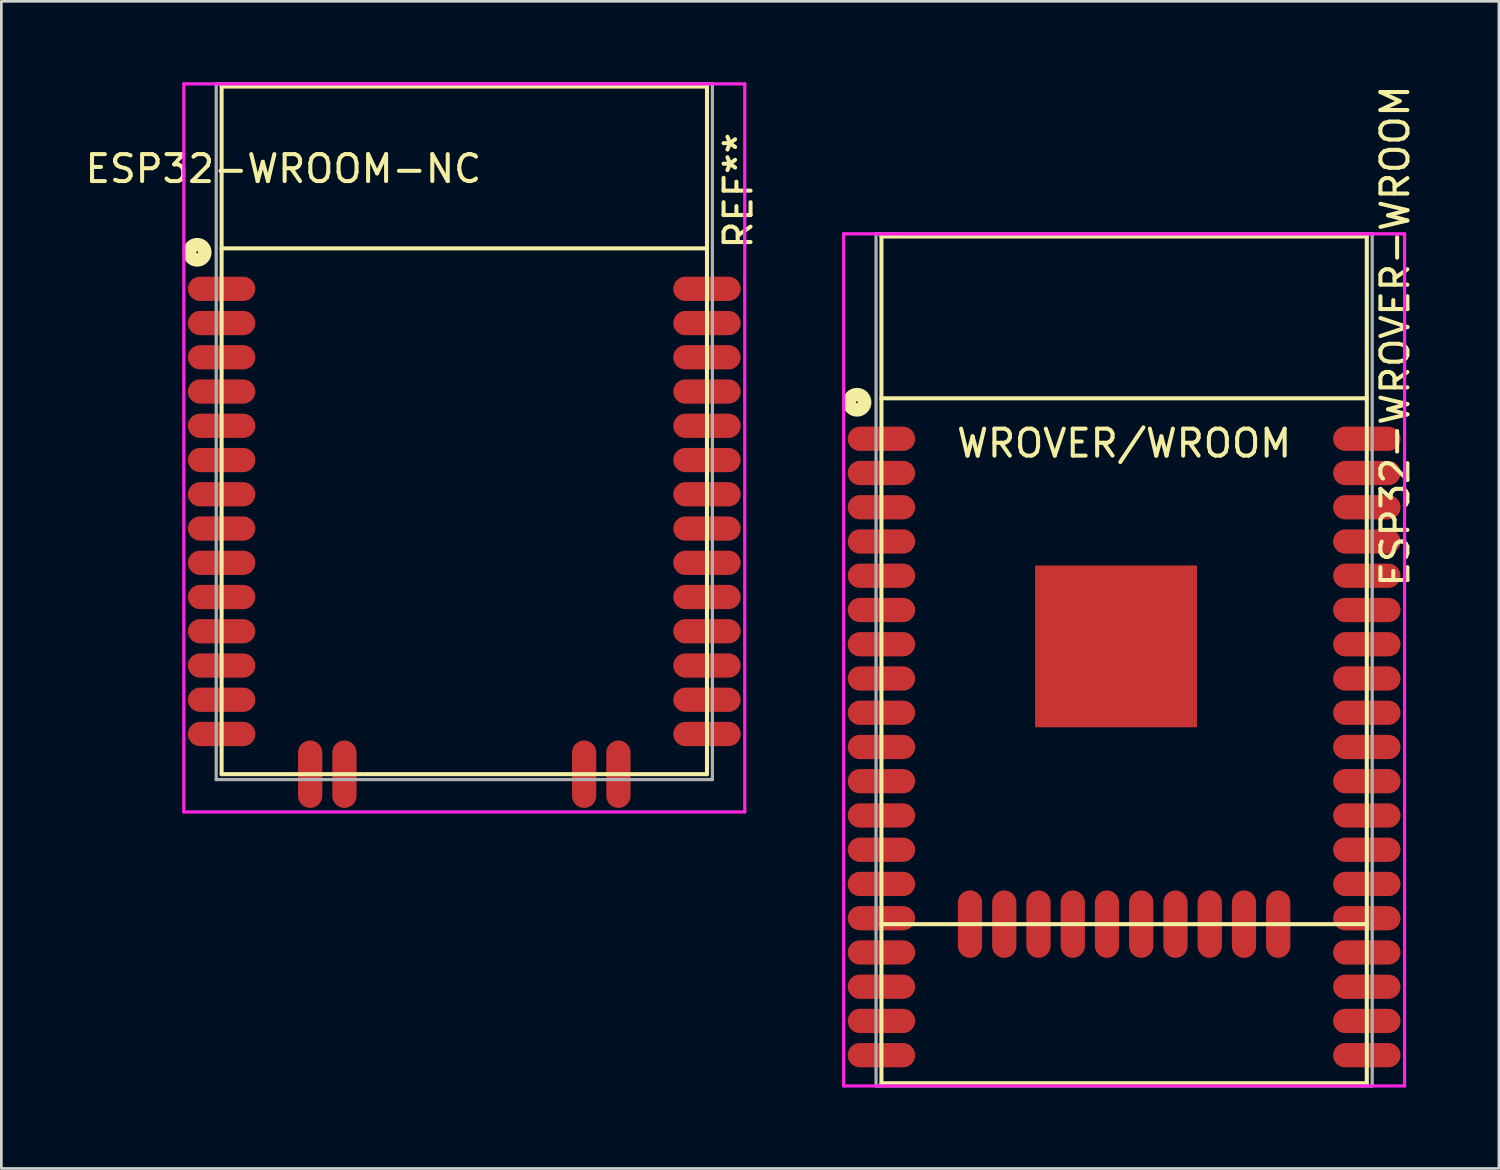
<source format=kicad_pcb>
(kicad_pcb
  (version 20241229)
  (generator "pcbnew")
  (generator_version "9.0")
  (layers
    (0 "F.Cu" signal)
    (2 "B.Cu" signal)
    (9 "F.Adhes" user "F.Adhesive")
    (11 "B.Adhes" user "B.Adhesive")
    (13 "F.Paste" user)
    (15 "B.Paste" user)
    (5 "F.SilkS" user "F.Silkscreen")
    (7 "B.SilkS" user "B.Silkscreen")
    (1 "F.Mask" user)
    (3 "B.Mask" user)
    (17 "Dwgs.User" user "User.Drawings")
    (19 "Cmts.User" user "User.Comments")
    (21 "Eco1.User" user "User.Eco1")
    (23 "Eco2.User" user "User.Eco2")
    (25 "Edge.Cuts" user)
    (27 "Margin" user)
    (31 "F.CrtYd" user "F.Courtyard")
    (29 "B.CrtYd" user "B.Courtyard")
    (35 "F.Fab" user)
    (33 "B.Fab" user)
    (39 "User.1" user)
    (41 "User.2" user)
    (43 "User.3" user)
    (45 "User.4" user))
  (footprint "ESP32-WROOM-NC"
    (layer "F.Cu")
    (at 5.058 7.81)
    (property "Reference" "ESP32-WROOM-NC" (at 2.4 -4.6 0) (layer "F.SilkS") (effects (font (size 1 1) (thickness 0.15))))
    (attr smd)
    (fp_line (start 0.11 -7.65) (end 0.11 17.85) (stroke (width 0.15) (type solid)) (layer "F.SilkS"))
    (fp_line (start 18.11 -7.65) (end 0.11 -7.65) (stroke (width 0.15) (type solid)) (layer "F.SilkS"))
    (fp_line (start 18.11 -7.65) (end 18.11 17.85) (stroke (width 0.15) (type solid)) (layer "F.SilkS"))
    (fp_line (start 18.11 -1.65) (end 0.11 -1.65) (stroke (width 0.15) (type solid)) (layer "F.SilkS"))
    (fp_line (start 18.11 17.85) (end 0.11 17.85) (stroke (width 0.15) (type solid)) (layer "F.SilkS"))
    (fp_circle (center -0.796 -1.504) (end -0.923 -1.758) (stroke (width 0.5) (type solid)) (fill no) (layer "F.SilkS"))
    (fp_line (start -1.29 -7.75) (end -1.29 19.25) (stroke (width 0.12) (type solid)) (layer "F.CrtYd"))
    (fp_line (start -1.29 19.25) (end 19.51 19.25) (stroke (width 0.12) (type solid)) (layer "F.CrtYd"))
    (fp_line (start 19.51 -7.75) (end -1.29 -7.75) (stroke (width 0.12) (type solid)) (layer "F.CrtYd"))
    (fp_line (start 19.51 19.25) (end 19.51 -7.75) (stroke (width 0.12) (type solid)) (layer "F.CrtYd"))
    (fp_line (start -0.09 -7.75) (end -0.09 18.05) (stroke (width 0.12) (type solid)) (layer "F.Fab"))
    (fp_line (start -0.09 18.05) (end 18.31 18.05) (stroke (width 0.12) (type solid)) (layer "F.Fab"))
    (fp_line (start 18.31 -7.75) (end -0.09 -7.75) (stroke (width 0.12) (type solid)) (layer "F.Fab"))
    (fp_line (start 18.31 18.05) (end 18.31 -7.75) (stroke (width 0.12) (type solid)) (layer "F.Fab"))
    (fp_text user "REF**" (at 19.27 -3.79 90) (layer "F.SilkS") (effects (font (size 1 1) (thickness 0.15))))
    (pad "1" smd oval (at 0.11 -0.15 180) (size 2.5 0.9) (layers "F.Cu" "F.Mask" "F.Paste"))
    (pad "2" smd oval (at 0.11 1.12 180) (size 2.5 0.9) (layers "F.Cu" "F.Mask" "F.Paste"))
    (pad "3" smd oval (at 0.11 2.39 180) (size 2.5 0.9) (layers "F.Cu" "F.Mask" "F.Paste"))
    (pad "4" smd oval (at 0.11 3.66 180) (size 2.5 0.9) (layers "F.Cu" "F.Mask" "F.Paste"))
    (pad "5" smd oval (at 0.11 4.93 180) (size 2.5 0.9) (layers "F.Cu" "F.Mask" "F.Paste"))
    (pad "6" smd oval (at 0.11 6.2 180) (size 2.5 0.9) (layers "F.Cu" "F.Mask" "F.Paste"))
    (pad "7" smd oval (at 0.11 7.47 180) (size 2.5 0.9) (layers "F.Cu" "F.Mask" "F.Paste"))
    (pad "8" smd oval (at 0.11 8.74 180) (size 2.5 0.9) (layers "F.Cu" "F.Mask" "F.Paste"))
    (pad "9" smd oval (at 0.11 10.01 180) (size 2.5 0.9) (layers "F.Cu" "F.Mask" "F.Paste"))
    (pad "10" smd oval (at 0.11 11.28 180) (size 2.5 0.9) (layers "F.Cu" "F.Mask" "F.Paste"))
    (pad "11" smd oval (at 0.11 12.55 180) (size 2.5 0.9) (layers "F.Cu" "F.Mask" "F.Paste"))
    (pad "12" smd oval (at 0.11 13.82 180) (size 2.5 0.9) (layers "F.Cu" "F.Mask" "F.Paste"))
    (pad "13" smd oval (at 0.11 15.09 180) (size 2.5 0.9) (layers "F.Cu" "F.Mask" "F.Paste"))
    (pad "14" smd oval (at 0.11 16.36 180) (size 2.5 0.9) (layers "F.Cu" "F.Mask" "F.Paste"))
    (pad "15" smd oval (at 3.395 17.85 180) (size 0.9 2.5) (layers "F.Cu" "F.Mask" "F.Paste"))
    (pad "16" smd oval (at 4.665 17.85 180) (size 0.9 2.5) (layers "F.Cu" "F.Mask" "F.Paste"))
    (pad "23" smd oval (at 13.555 17.85 180) (size 0.9 2.5) (layers "F.Cu" "F.Mask" "F.Paste"))
    (pad "24" smd oval (at 14.825 17.85 180) (size 0.9 2.5) (layers "F.Cu" "F.Mask" "F.Paste"))
    (pad "25" smd oval (at 18.11 16.36 180) (size 2.5 0.9) (layers "F.Cu" "F.Mask" "F.Paste"))
    (pad "26" smd oval (at 18.11 15.09 180) (size 2.5 0.9) (layers "F.Cu" "F.Mask" "F.Paste"))
    (pad "27" smd oval (at 18.11 13.82 180) (size 2.5 0.9) (layers "F.Cu" "F.Mask" "F.Paste"))
    (pad "28" smd oval (at 18.11 12.55 180) (size 2.5 0.9) (layers "F.Cu" "F.Mask" "F.Paste"))
    (pad "29" smd oval (at 18.11 11.28 180) (size 2.5 0.9) (layers "F.Cu" "F.Mask" "F.Paste"))
    (pad "30" smd oval (at 18.11 10.01 180) (size 2.5 0.9) (layers "F.Cu" "F.Mask" "F.Paste"))
    (pad "31" smd oval (at 18.11 8.74 180) (size 2.5 0.9) (layers "F.Cu" "F.Mask" "F.Paste"))
    (pad "32" smd oval (at 18.11 7.47 180) (size 2.5 0.9) (layers "F.Cu" "F.Mask" "F.Paste"))
    (pad "33" smd oval (at 18.11 6.2 180) (size 2.5 0.9) (layers "F.Cu" "F.Mask" "F.Paste"))
    (pad "34" smd oval (at 18.11 4.93 180) (size 2.5 0.9) (layers "F.Cu" "F.Mask" "F.Paste"))
    (pad "35" smd oval (at 18.11 3.66 180) (size 2.5 0.9) (layers "F.Cu" "F.Mask" "F.Paste"))
    (pad "36" smd oval (at 18.11 2.39 180) (size 2.5 0.9) (layers "F.Cu" "F.Mask" "F.Paste"))
    (pad "37" smd oval (at 18.11 1.12 180) (size 2.5 0.9) (layers "F.Cu" "F.Mask" "F.Paste"))
    (pad "38" smd oval (at 18.11 -0.15 180) (size 2.5 0.9) (layers "F.Cu" "F.Mask" "F.Paste")))
  (footprint "ESP32-WROVER-WROOM"
    (layer "F.Cu")
    (at 29.637 13.221)
    (property "Reference" "ESP32-WROVER-WROOM" (at 19.05 -3.81 90) (layer "F.SilkS") (effects (font (size 1 1) (thickness 0.15))))
    (attr smd)
    (fp_line (start 0 -7.5) (end 0 23.9) (stroke (width 0.15) (type solid)) (layer "F.SilkS"))
    (fp_line (start 18 -7.5) (end 0 -7.5) (stroke (width 0.15) (type solid)) (layer "F.SilkS"))
    (fp_line (start 18 -7.5) (end 18 23.9) (stroke (width 0.15) (type solid)) (layer "F.SilkS"))
    (fp_line (start 18 -1.5) (end 0 -1.5) (stroke (width 0.15) (type solid)) (layer "F.SilkS"))
    (fp_line (start 18 18) (end 0 18) (stroke (width 0.15) (type solid)) (layer "F.SilkS"))
    (fp_line (start 18 23.9) (end 0 23.9) (stroke (width 0.15) (type solid)) (layer "F.SilkS"))
    (fp_circle (center -0.906 -1.354) (end -1.033 -1.608) (stroke (width 0.5) (type solid)) (fill no) (layer "F.SilkS"))
    (fp_line (start -1.4 -7.6) (end 19.4 -7.6) (stroke (width 0.12) (type solid)) (layer "F.CrtYd"))
    (fp_line (start -1.4 24) (end -1.4 -7.6) (stroke (width 0.12) (type solid)) (layer "F.CrtYd"))
    (fp_line (start 19.4 -7.6) (end 19.4 24) (stroke (width 0.12) (type solid)) (layer "F.CrtYd"))
    (fp_line (start 19.4 24) (end -1.4 24) (stroke (width 0.12) (type solid)) (layer "F.CrtYd"))
    (fp_line (start -0.2 -7.6) (end -0.2 24) (stroke (width 0.12) (type solid)) (layer "F.Fab"))
    (fp_line (start -0.2 24) (end 18.2 24) (stroke (width 0.12) (type solid)) (layer "F.Fab"))
    (fp_line (start 18.2 -7.6) (end -0.2 -7.6) (stroke (width 0.12) (type solid)) (layer "F.Fab"))
    (fp_line (start 18.2 24) (end 18.2 -7.6) (stroke (width 0.12) (type solid)) (layer "F.Fab"))
    (fp_text user "WROVER/WROOM" (at 9 0.17 0) (layer "F.SilkS") (effects (font (size 1 1) (thickness 0.15))))
    (pad "1" smd oval (at 0 0 180) (size 2.5 0.9) (layers "F.Cu" "F.Mask" "F.Paste"))
    (pad "2" smd oval (at 0 1.27 180) (size 2.5 0.9) (layers "F.Cu" "F.Mask" "F.Paste"))
    (pad "3" smd oval (at 0 2.54 180) (size 2.5 0.9) (layers "F.Cu" "F.Mask" "F.Paste"))
    (pad "4" smd oval (at 0 3.81 180) (size 2.5 0.9) (layers "F.Cu" "F.Mask" "F.Paste"))
    (pad "5" smd oval (at 0 5.08 180) (size 2.5 0.9) (layers "F.Cu" "F.Mask" "F.Paste"))
    (pad "6" smd oval (at 0 6.35 180) (size 2.5 0.9) (layers "F.Cu" "F.Mask" "F.Paste"))
    (pad "7" smd oval (at 0 7.62 180) (size 2.5 0.9) (layers "F.Cu" "F.Mask" "F.Paste"))
    (pad "8" smd oval (at 0 8.89 180) (size 2.5 0.9) (layers "F.Cu" "F.Mask" "F.Paste"))
    (pad "9" smd oval (at 0 10.16 180) (size 2.5 0.9) (layers "F.Cu" "F.Mask" "F.Paste"))
    (pad "10" smd oval (at 0 11.43 180) (size 2.5 0.9) (layers "F.Cu" "F.Mask" "F.Paste"))
    (pad "11" smd oval (at 0 12.7 180) (size 2.5 0.9) (layers "F.Cu" "F.Mask" "F.Paste"))
    (pad "12" smd oval (at 0 13.97 180) (size 2.5 0.9) (layers "F.Cu" "F.Mask" "F.Paste"))
    (pad "13" smd oval (at 0 15.24 180) (size 2.5 0.9) (layers "F.Cu" "F.Mask" "F.Paste"))
    (pad "14" smd oval (at 0 16.51 180) (size 2.5 0.9) (layers "F.Cu" "F.Mask" "F.Paste"))
    (pad "15" smd oval (at 0 17.78 180) (size 2.5 0.9) (layers "F.Cu" "F.Mask" "F.Paste"))
    (pad "16" smd oval (at 0 19.05 180) (size 2.5 0.9) (layers "F.Cu" "F.Mask" "F.Paste"))
    (pad "17" smd oval (at 0 20.32 180) (size 2.5 0.9) (layers "F.Cu" "F.Mask" "F.Paste"))
    (pad "18" smd oval (at 0 21.59 180) (size 2.5 0.9) (layers "F.Cu" "F.Mask" "F.Paste"))
    (pad "19" smd oval (at 0 22.86 180) (size 2.5 0.9) (layers "F.Cu" "F.Mask" "F.Paste"))
    (pad "20" smd oval (at 18 22.86 180) (size 2.5 0.9) (layers "F.Cu" "F.Mask" "F.Paste"))
    (pad "21" smd oval (at 18 21.59 180) (size 2.5 0.9) (layers "F.Cu" "F.Mask" "F.Paste"))
    (pad "22" smd oval (at 18 20.32 180) (size 2.5 0.9) (layers "F.Cu" "F.Mask" "F.Paste"))
    (pad "23" smd oval (at 18 19.05 180) (size 2.5 0.9) (layers "F.Cu" "F.Mask" "F.Paste"))
    (pad "24" smd oval (at 18 17.78 180) (size 2.5 0.9) (layers "F.Cu" "F.Mask" "F.Paste"))
    (pad "25" smd oval (at 18 16.51 180) (size 2.5 0.9) (layers "F.Cu" "F.Mask" "F.Paste"))
    (pad "26" smd oval (at 18 15.24 180) (size 2.5 0.9) (layers "F.Cu" "F.Mask" "F.Paste"))
    (pad "27" smd oval (at 18 13.97 180) (size 2.5 0.9) (layers "F.Cu" "F.Mask" "F.Paste"))
    (pad "28" smd oval (at 18 12.7 180) (size 2.5 0.9) (layers "F.Cu" "F.Mask" "F.Paste"))
    (pad "29" smd oval (at 18 11.43 180) (size 2.5 0.9) (layers "F.Cu" "F.Mask" "F.Paste"))
    (pad "30" smd oval (at 18 10.16 180) (size 2.5 0.9) (layers "F.Cu" "F.Mask" "F.Paste"))
    (pad "31" smd oval (at 18 8.89 180) (size 2.5 0.9) (layers "F.Cu" "F.Mask" "F.Paste"))
    (pad "32" smd oval (at 18 7.62 180) (size 2.5 0.9) (layers "F.Cu" "F.Mask" "F.Paste"))
    (pad "33" smd oval (at 18 6.35 180) (size 2.5 0.9) (layers "F.Cu" "F.Mask" "F.Paste"))
    (pad "34" smd oval (at 18 5.08 180) (size 2.5 0.9) (layers "F.Cu" "F.Mask" "F.Paste"))
    (pad "35" smd oval (at 18 3.81 180) (size 2.5 0.9) (layers "F.Cu" "F.Mask" "F.Paste"))
    (pad "36" smd oval (at 18 2.54 180) (size 2.5 0.9) (layers "F.Cu" "F.Mask" "F.Paste"))
    (pad "37" smd oval (at 18 1.27 180) (size 2.5 0.9) (layers "F.Cu" "F.Mask" "F.Paste"))
    (pad "38" smd oval (at 18 0 180) (size 2.5 0.9) (layers "F.Cu" "F.Mask" "F.Paste"))
    (pad "39" smd rect (at 8.7 7.7 180) (size 6 6) (layers "F.Cu" "F.Mask" "F.Paste"))
    (pad "B15" smd oval (at 3.285 18 180) (size 0.9 2.5) (layers "F.Cu" "F.Mask" "F.Paste"))
    (pad "B16" smd oval (at 4.555 18 180) (size 0.9 2.5) (layers "F.Cu" "F.Mask" "F.Paste"))
    (pad "B17" smd oval (at 5.825 18 180) (size 0.9 2.5) (layers "F.Cu" "F.Mask" "F.Paste"))
    (pad "B18" smd oval (at 7.095 18 180) (size 0.9 2.5) (layers "F.Cu" "F.Mask" "F.Paste"))
    (pad "B19" smd oval (at 8.365 18 180) (size 0.9 2.5) (layers "F.Cu" "F.Mask" "F.Paste"))
    (pad "B20" smd oval (at 9.635 18 180) (size 0.9 2.5) (layers "F.Cu" "F.Mask" "F.Paste"))
    (pad "B21" smd oval (at 10.905 18 180) (size 0.9 2.5) (layers "F.Cu" "F.Mask" "F.Paste"))
    (pad "B22" smd oval (at 12.175 18 180) (size 0.9 2.5) (layers "F.Cu" "F.Mask" "F.Paste"))
    (pad "B23" smd oval (at 13.445 18 180) (size 0.9 2.5) (layers "F.Cu" "F.Mask" "F.Paste"))
    (pad "B24" smd oval (at 14.715 18 180) (size 0.9 2.5) (layers "F.Cu" "F.Mask" "F.Paste")))
  (gr_rect
    (start -3 -3)
    (end 52.535 40.281)
    (stroke (width 0.1) (type default))
    (fill no)
    (layer "Edge.Cuts")))
</source>
